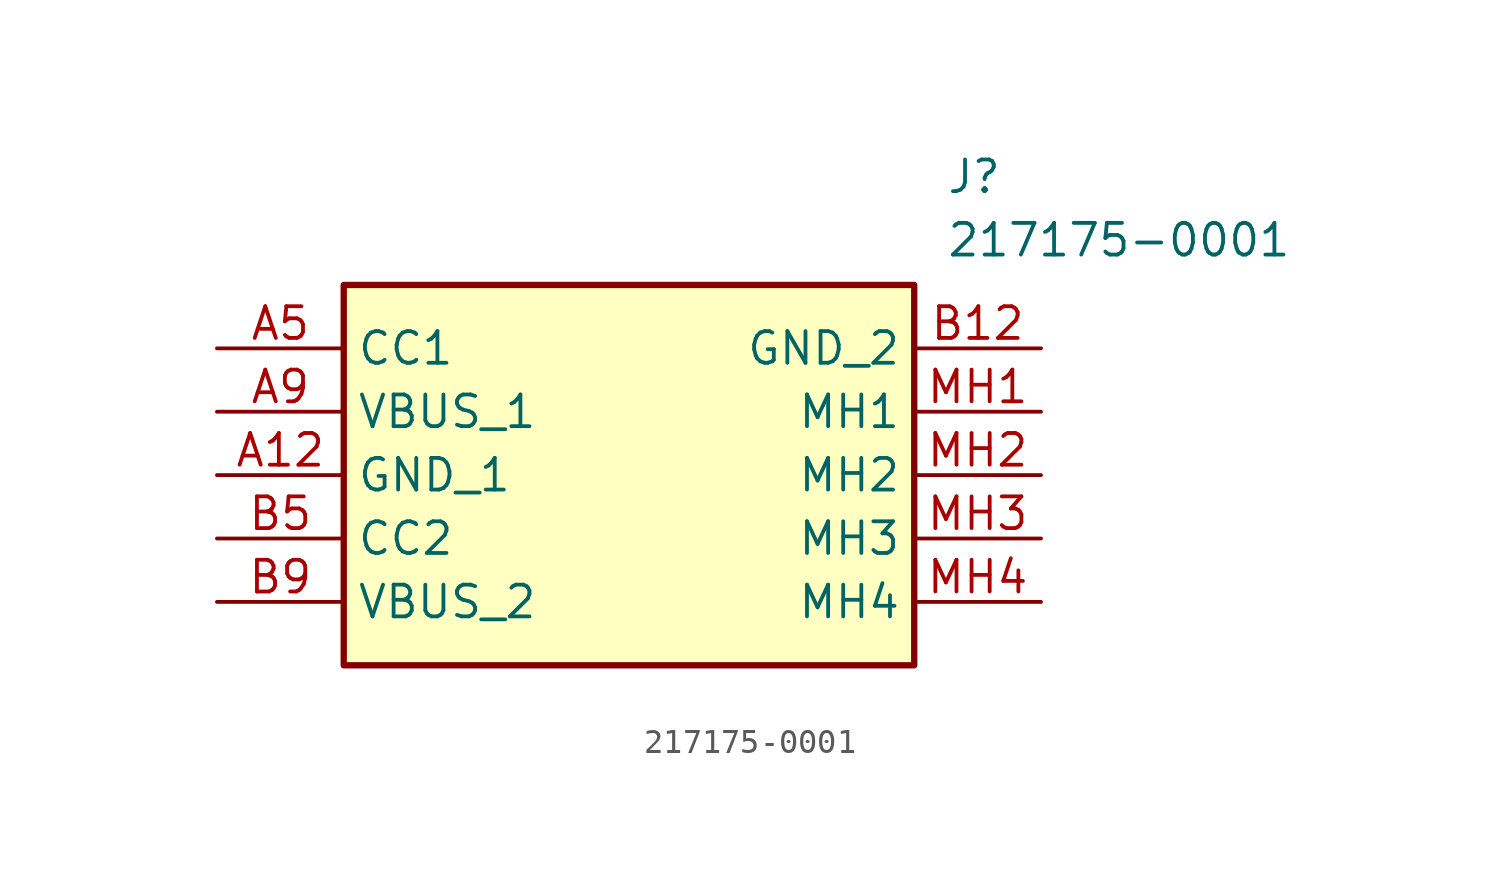
<source format=kicad_sym>
(kicad_symbol_lib
  (version 20211014)
  (generator SamacSys_ECAD_Model)
  (symbol "217175-0001"
    (property "Reference" "J"
      (at 29.21 7.62 0)
      (effects (font (size 1.27 1.27)) (justify left top)))
    (property "Value" "217175-0001"
      (at 29.21 5.08 0)
      (effects (font (size 1.27 1.27)) (justify left top)))
    (rectangle
      (start 5.08 2.54)
      (end 27.94 -12.7)
      (stroke (width 0.254) (type default))
      (fill (type background)))
    (pin passive line
      (at 0 0 0)
      (length 5.08)
      (name "CC1" (effects (font (size 1.27 1.27))))
      (number "A5" (effects (font (size 1.27 1.27)))))
    (pin passive line
      (at 0 -2.54 0)
      (length 5.08)
      (name "VBUS_1" (effects (font (size 1.27 1.27))))
      (number "A9" (effects (font (size 1.27 1.27)))))
    (pin passive line
      (at 0 -5.08 0)
      (length 5.08)
      (name "GND_1" (effects (font (size 1.27 1.27))))
      (number "A12" (effects (font (size 1.27 1.27)))))
    (pin passive line
      (at 0 -7.62 0)
      (length 5.08)
      (name "CC2" (effects (font (size 1.27 1.27))))
      (number "B5" (effects (font (size 1.27 1.27)))))
    (pin passive line
      (at 0 -10.16 0)
      (length 5.08)
      (name "VBUS_2" (effects (font (size 1.27 1.27))))
      (number "B9" (effects (font (size 1.27 1.27)))))
    (pin passive line
      (at 33.02 0 180)
      (length 5.08)
      (name "GND_2" (effects (font (size 1.27 1.27))))
      (number "B12" (effects (font (size 1.27 1.27)))))
    (pin passive line
      (at 33.02 -2.54 180)
      (length 5.08)
      (name "MH1" (effects (font (size 1.27 1.27))))
      (number "MH1" (effects (font (size 1.27 1.27)))))
    (pin passive line
      (at 33.02 -5.08 180)
      (length 5.08)
      (name "MH2" (effects (font (size 1.27 1.27))))
      (number "MH2" (effects (font (size 1.27 1.27)))))
    (pin passive line
      (at 33.02 -7.62 180)
      (length 5.08)
      (name "MH3" (effects (font (size 1.27 1.27))))
      (number "MH3" (effects (font (size 1.27 1.27)))))
    (pin passive line
      (at 33.02 -10.16 180)
      (length 5.08)
      (name "MH4" (effects (font (size 1.27 1.27))))
      (number "MH4" (effects (font (size 1.27 1.27)))))))
</source>
